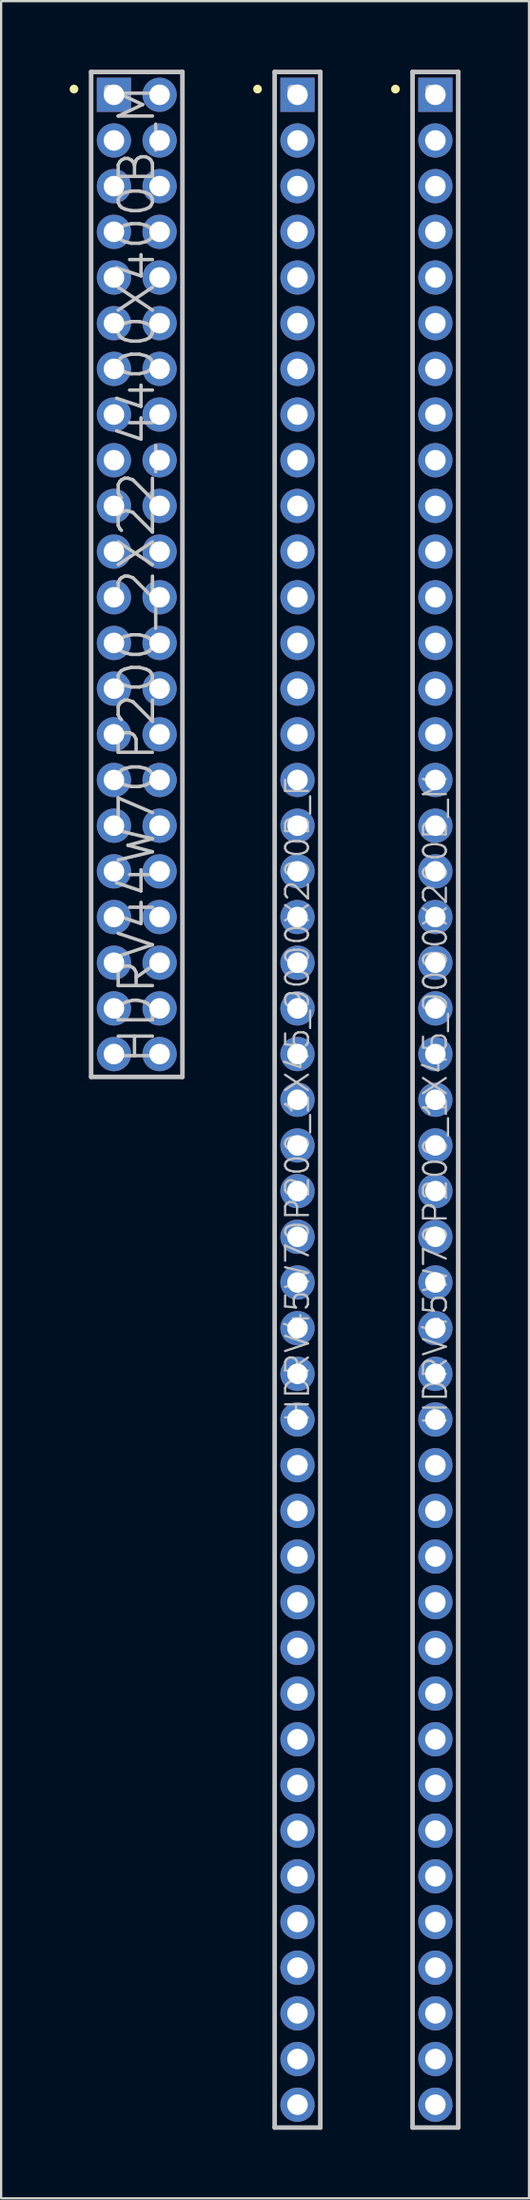
<source format=kicad_pcb>
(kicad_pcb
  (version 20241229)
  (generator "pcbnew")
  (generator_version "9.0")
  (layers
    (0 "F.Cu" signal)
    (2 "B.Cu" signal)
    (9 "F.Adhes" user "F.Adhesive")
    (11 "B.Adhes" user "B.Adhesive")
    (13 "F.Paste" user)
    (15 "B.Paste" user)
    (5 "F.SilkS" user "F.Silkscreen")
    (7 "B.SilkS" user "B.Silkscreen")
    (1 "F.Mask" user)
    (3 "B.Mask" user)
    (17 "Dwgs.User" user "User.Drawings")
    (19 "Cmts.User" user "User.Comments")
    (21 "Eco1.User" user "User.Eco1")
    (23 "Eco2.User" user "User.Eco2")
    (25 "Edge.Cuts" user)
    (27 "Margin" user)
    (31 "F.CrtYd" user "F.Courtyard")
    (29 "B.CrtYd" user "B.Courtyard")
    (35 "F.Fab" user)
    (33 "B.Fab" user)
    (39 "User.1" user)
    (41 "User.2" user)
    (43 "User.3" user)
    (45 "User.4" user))
  (footprint "HDRV45W70P200_1X45_9000X200B_F"
    (layer "F.Cu")
    (at 9.981 45.1)
    (property "Reference" "HDRV45W70P200_1X45_9000X200B_F" (at 0 0 90) (layer "Dwgs.User") (effects (font (size 1 1) (thickness 0.1))))
    (attr through_hole)
    (fp_line (start -1.75 -44.25) (end -1.75 -44.25) (stroke (width 0.381) (type solid)) (layer "F.SilkS"))
    (fp_line (start -1 -45) (end -1 45) (stroke (width 0.2) (type solid)) (layer "Dwgs.User"))
    (fp_line (start -1 -45) (end 1 -45) (stroke (width 0.2) (type solid)) (layer "Dwgs.User"))
    (fp_line (start -1 45) (end 1 45) (stroke (width 0.2) (type solid)) (layer "Dwgs.User"))
    (fp_line (start -0.25 -44.25) (end -0.25 -44.25) (stroke (width 0.381) (type solid)) (layer "Dwgs.User"))
    (fp_line (start 1 -45) (end 1 45) (stroke (width 0.2) (type solid)) (layer "Dwgs.User"))
    (pad "1" thru_hole rect (at 0 -44) (size 1.5 1.5) (drill 0.9) (layers "*.Cu" "*.Mask"))
    (pad "2" thru_hole circle (at 0 -42 270) (size 1.5 1.5) (drill 0.9) (layers "*.Cu" "*.Mask"))
    (pad "3" thru_hole circle (at 0 -40 270) (size 1.5 1.5) (drill 0.9) (layers "*.Cu" "*.Mask"))
    (pad "4" thru_hole circle (at 0 -38 270) (size 1.5 1.5) (drill 0.9) (layers "*.Cu" "*.Mask"))
    (pad "5" thru_hole circle (at 0 -36 270) (size 1.5 1.5) (drill 0.9) (layers "*.Cu" "*.Mask"))
    (pad "6" thru_hole circle (at 0 -34 270) (size 1.5 1.5) (drill 0.9) (layers "*.Cu" "*.Mask"))
    (pad "7" thru_hole circle (at 0 -32 270) (size 1.5 1.5) (drill 0.9) (layers "*.Cu" "*.Mask"))
    (pad "8" thru_hole circle (at 0 -30 270) (size 1.5 1.5) (drill 0.9) (layers "*.Cu" "*.Mask"))
    (pad "9" thru_hole circle (at 0 -28 270) (size 1.5 1.5) (drill 0.9) (layers "*.Cu" "*.Mask"))
    (pad "10" thru_hole circle (at 0 -26 270) (size 1.5 1.5) (drill 0.9) (layers "*.Cu" "*.Mask"))
    (pad "11" thru_hole circle (at 0 -24 270) (size 1.5 1.5) (drill 0.9) (layers "*.Cu" "*.Mask"))
    (pad "12" thru_hole circle (at 0 -22 270) (size 1.5 1.5) (drill 0.9) (layers "*.Cu" "*.Mask"))
    (pad "13" thru_hole circle (at 0 -20 270) (size 1.5 1.5) (drill 0.9) (layers "*.Cu" "*.Mask"))
    (pad "14" thru_hole circle (at 0 -18 270) (size 1.5 1.5) (drill 0.9) (layers "*.Cu" "*.Mask"))
    (pad "15" thru_hole circle (at 0 -16 270) (size 1.5 1.5) (drill 0.9) (layers "*.Cu" "*.Mask"))
    (pad "16" thru_hole circle (at 0 -14 270) (size 1.5 1.5) (drill 0.9) (layers "*.Cu" "*.Mask"))
    (pad "17" thru_hole circle (at 0 -12 270) (size 1.5 1.5) (drill 0.9) (layers "*.Cu" "*.Mask"))
    (pad "18" thru_hole circle (at 0 -10 270) (size 1.5 1.5) (drill 0.9) (layers "*.Cu" "*.Mask"))
    (pad "19" thru_hole circle (at 0 -8 270) (size 1.5 1.5) (drill 0.9) (layers "*.Cu" "*.Mask"))
    (pad "20" thru_hole circle (at 0 -6 270) (size 1.5 1.5) (drill 0.9) (layers "*.Cu" "*.Mask"))
    (pad "21" thru_hole circle (at 0 -4 270) (size 1.5 1.5) (drill 0.9) (layers "*.Cu" "*.Mask"))
    (pad "22" thru_hole circle (at 0 -2 270) (size 1.5 1.5) (drill 0.9) (layers "*.Cu" "*.Mask"))
    (pad "23" thru_hole circle (at 0 0 270) (size 1.5 1.5) (drill 0.9) (layers "*.Cu" "*.Mask"))
    (pad "24" thru_hole circle (at 0 2 270) (size 1.5 1.5) (drill 0.9) (layers "*.Cu" "*.Mask"))
    (pad "25" thru_hole circle (at 0 4 270) (size 1.5 1.5) (drill 0.9) (layers "*.Cu" "*.Mask"))
    (pad "26" thru_hole circle (at 0 6 270) (size 1.5 1.5) (drill 0.9) (layers "*.Cu" "*.Mask"))
    (pad "27" thru_hole circle (at 0 8 270) (size 1.5 1.5) (drill 0.9) (layers "*.Cu" "*.Mask"))
    (pad "28" thru_hole circle (at 0 10 270) (size 1.5 1.5) (drill 0.9) (layers "*.Cu" "*.Mask"))
    (pad "29" thru_hole circle (at 0 12 270) (size 1.5 1.5) (drill 0.9) (layers "*.Cu" "*.Mask"))
    (pad "30" thru_hole circle (at 0 14 270) (size 1.5 1.5) (drill 0.9) (layers "*.Cu" "*.Mask"))
    (pad "31" thru_hole circle (at 0 16 270) (size 1.5 1.5) (drill 0.9) (layers "*.Cu" "*.Mask"))
    (pad "32" thru_hole circle (at 0 18 270) (size 1.5 1.5) (drill 0.9) (layers "*.Cu" "*.Mask"))
    (pad "33" thru_hole circle (at 0 20 270) (size 1.5 1.5) (drill 0.9) (layers "*.Cu" "*.Mask"))
    (pad "34" thru_hole circle (at 0 22 270) (size 1.5 1.5) (drill 0.9) (layers "*.Cu" "*.Mask"))
    (pad "35" thru_hole circle (at 0 24 270) (size 1.5 1.5) (drill 0.9) (layers "*.Cu" "*.Mask"))
    (pad "36" thru_hole circle (at 0 26 270) (size 1.5 1.5) (drill 0.9) (layers "*.Cu" "*.Mask"))
    (pad "37" thru_hole circle (at 0 28 270) (size 1.5 1.5) (drill 0.9) (layers "*.Cu" "*.Mask"))
    (pad "38" thru_hole circle (at 0 30 270) (size 1.5 1.5) (drill 0.9) (layers "*.Cu" "*.Mask"))
    (pad "39" thru_hole circle (at 0 32 270) (size 1.5 1.5) (drill 0.9) (layers "*.Cu" "*.Mask"))
    (pad "40" thru_hole circle (at 0 34 270) (size 1.5 1.5) (drill 0.9) (layers "*.Cu" "*.Mask"))
    (pad "41" thru_hole circle (at 0 36 270) (size 1.5 1.5) (drill 0.9) (layers "*.Cu" "*.Mask"))
    (pad "42" thru_hole circle (at 0 38 270) (size 1.5 1.5) (drill 0.9) (layers "*.Cu" "*.Mask"))
    (pad "43" thru_hole circle (at 0 40 270) (size 1.5 1.5) (drill 0.9) (layers "*.Cu" "*.Mask"))
    (pad "44" thru_hole circle (at 0 42 270) (size 1.5 1.5) (drill 0.9) (layers "*.Cu" "*.Mask"))
    (pad "45" thru_hole circle (at 0 44 270) (size 1.5 1.5) (drill 0.9) (layers "*.Cu" "*.Mask")))
  (footprint "HDRV45W70P200_1X45_9000X200B_M"
    (layer "F.Cu")
    (at 16.021 45.1)
    (property "Reference" "HDRV45W70P200_1X45_9000X200B_M" (at 0 0 90) (layer "Dwgs.User") (effects (font (size 1 1) (thickness 0.1))))
    (attr through_hole)
    (fp_line (start -1.75 -44.25) (end -1.75 -44.25) (stroke (width 0.381) (type solid)) (layer "F.SilkS"))
    (fp_line (start -1 -45) (end -1 45) (stroke (width 0.2) (type solid)) (layer "Dwgs.User"))
    (fp_line (start -1 -45) (end 1 -45) (stroke (width 0.2) (type solid)) (layer "Dwgs.User"))
    (fp_line (start -1 45) (end 1 45) (stroke (width 0.2) (type solid)) (layer "Dwgs.User"))
    (fp_line (start -0.25 -44.25) (end -0.25 -44.25) (stroke (width 0.381) (type solid)) (layer "Dwgs.User"))
    (fp_line (start 1 -45) (end 1 45) (stroke (width 0.2) (type solid)) (layer "Dwgs.User"))
    (pad "1" thru_hole rect (at 0 -44) (size 1.5 1.5) (drill 0.9) (layers "*.Cu" "*.Mask"))
    (pad "2" thru_hole circle (at 0 -42 270) (size 1.5 1.5) (drill 0.9) (layers "*.Cu" "*.Mask"))
    (pad "3" thru_hole circle (at 0 -40 270) (size 1.5 1.5) (drill 0.9) (layers "*.Cu" "*.Mask"))
    (pad "4" thru_hole circle (at 0 -38 270) (size 1.5 1.5) (drill 0.9) (layers "*.Cu" "*.Mask"))
    (pad "5" thru_hole circle (at 0 -36 270) (size 1.5 1.5) (drill 0.9) (layers "*.Cu" "*.Mask"))
    (pad "6" thru_hole circle (at 0 -34 270) (size 1.5 1.5) (drill 0.9) (layers "*.Cu" "*.Mask"))
    (pad "7" thru_hole circle (at 0 -32 270) (size 1.5 1.5) (drill 0.9) (layers "*.Cu" "*.Mask"))
    (pad "8" thru_hole circle (at 0 -30 270) (size 1.5 1.5) (drill 0.9) (layers "*.Cu" "*.Mask"))
    (pad "9" thru_hole circle (at 0 -28 270) (size 1.5 1.5) (drill 0.9) (layers "*.Cu" "*.Mask"))
    (pad "10" thru_hole circle (at 0 -26 270) (size 1.5 1.5) (drill 0.9) (layers "*.Cu" "*.Mask"))
    (pad "11" thru_hole circle (at 0 -24 270) (size 1.5 1.5) (drill 0.9) (layers "*.Cu" "*.Mask"))
    (pad "12" thru_hole circle (at 0 -22 270) (size 1.5 1.5) (drill 0.9) (layers "*.Cu" "*.Mask"))
    (pad "13" thru_hole circle (at 0 -20 270) (size 1.5 1.5) (drill 0.9) (layers "*.Cu" "*.Mask"))
    (pad "14" thru_hole circle (at 0 -18 270) (size 1.5 1.5) (drill 0.9) (layers "*.Cu" "*.Mask"))
    (pad "15" thru_hole circle (at 0 -16 270) (size 1.5 1.5) (drill 0.9) (layers "*.Cu" "*.Mask"))
    (pad "16" thru_hole circle (at 0 -14 270) (size 1.5 1.5) (drill 0.9) (layers "*.Cu" "*.Mask"))
    (pad "17" thru_hole circle (at 0 -12 270) (size 1.5 1.5) (drill 0.9) (layers "*.Cu" "*.Mask"))
    (pad "18" thru_hole circle (at 0 -10 270) (size 1.5 1.5) (drill 0.9) (layers "*.Cu" "*.Mask"))
    (pad "19" thru_hole circle (at 0 -8 270) (size 1.5 1.5) (drill 0.9) (layers "*.Cu" "*.Mask"))
    (pad "20" thru_hole circle (at 0 -6 270) (size 1.5 1.5) (drill 0.9) (layers "*.Cu" "*.Mask"))
    (pad "21" thru_hole circle (at 0 -4 270) (size 1.5 1.5) (drill 0.9) (layers "*.Cu" "*.Mask"))
    (pad "22" thru_hole circle (at 0 -2 270) (size 1.5 1.5) (drill 0.9) (layers "*.Cu" "*.Mask"))
    (pad "23" thru_hole circle (at 0 0 270) (size 1.5 1.5) (drill 0.9) (layers "*.Cu" "*.Mask"))
    (pad "24" thru_hole circle (at 0 2 270) (size 1.5 1.5) (drill 0.9) (layers "*.Cu" "*.Mask"))
    (pad "25" thru_hole circle (at 0 4 270) (size 1.5 1.5) (drill 0.9) (layers "*.Cu" "*.Mask"))
    (pad "26" thru_hole circle (at 0 6 270) (size 1.5 1.5) (drill 0.9) (layers "*.Cu" "*.Mask"))
    (pad "27" thru_hole circle (at 0 8 270) (size 1.5 1.5) (drill 0.9) (layers "*.Cu" "*.Mask"))
    (pad "28" thru_hole circle (at 0 10 270) (size 1.5 1.5) (drill 0.9) (layers "*.Cu" "*.Mask"))
    (pad "29" thru_hole circle (at 0 12 270) (size 1.5 1.5) (drill 0.9) (layers "*.Cu" "*.Mask"))
    (pad "30" thru_hole circle (at 0 14 270) (size 1.5 1.5) (drill 0.9) (layers "*.Cu" "*.Mask"))
    (pad "31" thru_hole circle (at 0 16 270) (size 1.5 1.5) (drill 0.9) (layers "*.Cu" "*.Mask"))
    (pad "32" thru_hole circle (at 0 18 270) (size 1.5 1.5) (drill 0.9) (layers "*.Cu" "*.Mask"))
    (pad "33" thru_hole circle (at 0 20 270) (size 1.5 1.5) (drill 0.9) (layers "*.Cu" "*.Mask"))
    (pad "34" thru_hole circle (at 0 22 270) (size 1.5 1.5) (drill 0.9) (layers "*.Cu" "*.Mask"))
    (pad "35" thru_hole circle (at 0 24 270) (size 1.5 1.5) (drill 0.9) (layers "*.Cu" "*.Mask"))
    (pad "36" thru_hole circle (at 0 26 270) (size 1.5 1.5) (drill 0.9) (layers "*.Cu" "*.Mask"))
    (pad "37" thru_hole circle (at 0 28 270) (size 1.5 1.5) (drill 0.9) (layers "*.Cu" "*.Mask"))
    (pad "38" thru_hole circle (at 0 30 270) (size 1.5 1.5) (drill 0.9) (layers "*.Cu" "*.Mask"))
    (pad "39" thru_hole circle (at 0 32 270) (size 1.5 1.5) (drill 0.9) (layers "*.Cu" "*.Mask"))
    (pad "40" thru_hole circle (at 0 34 270) (size 1.5 1.5) (drill 0.9) (layers "*.Cu" "*.Mask"))
    (pad "41" thru_hole circle (at 0 36 270) (size 1.5 1.5) (drill 0.9) (layers "*.Cu" "*.Mask"))
    (pad "42" thru_hole circle (at 0 38 270) (size 1.5 1.5) (drill 0.9) (layers "*.Cu" "*.Mask"))
    (pad "43" thru_hole circle (at 0 40 270) (size 1.5 1.5) (drill 0.9) (layers "*.Cu" "*.Mask"))
    (pad "44" thru_hole circle (at 0 42 270) (size 1.5 1.5) (drill 0.9) (layers "*.Cu" "*.Mask"))
    (pad "45" thru_hole circle (at 0 44 270) (size 1.5 1.5) (drill 0.9) (layers "*.Cu" "*.Mask")))
  (footprint "HDRV44W70P200_2X22_4400X400B_M"
    (layer "F.Cu")
    (at 2.941 22.1)
    (property "Reference" "HDRV44W70P200_2X22_4400X400B_M" (at 0 0 90) (layer "Dwgs.User") (effects (font (size 1.5 1.5) (thickness 0.15))))
    (attr through_hole)
    (fp_line (start -2.75 -21.25) (end -2.75 -21.25) (stroke (width 0.381) (type solid)) (layer "F.SilkS"))
    (fp_line (start -2 -22) (end -2 22) (stroke (width 0.2) (type solid)) (layer "Dwgs.User"))
    (fp_line (start -2 -22) (end 2 -22) (stroke (width 0.2) (type solid)) (layer "Dwgs.User"))
    (fp_line (start -2 22) (end 2 22) (stroke (width 0.2) (type solid)) (layer "Dwgs.User"))
    (fp_line (start -1.25 -21.25) (end -1.25 -21.25) (stroke (width 0.381) (type solid)) (layer "Dwgs.User"))
    (fp_line (start 2 -22) (end 2 22) (stroke (width 0.2) (type solid)) (layer "Dwgs.User"))
    (pad "1" thru_hole rect (at -1 -21) (size 1.5 1.5) (drill 0.9) (layers "*.Cu" "*.Mask"))
    (pad "2" thru_hole circle (at 1 -21 270) (size 1.5 1.5) (drill 0.9) (layers "*.Cu" "*.Mask"))
    (pad "3" thru_hole circle (at -1 -19 270) (size 1.5 1.5) (drill 0.9) (layers "*.Cu" "*.Mask"))
    (pad "4" thru_hole circle (at 1 -19 270) (size 1.5 1.5) (drill 0.9) (layers "*.Cu" "*.Mask"))
    (pad "5" thru_hole circle (at -1 -17 270) (size 1.5 1.5) (drill 0.9) (layers "*.Cu" "*.Mask"))
    (pad "6" thru_hole circle (at 1 -17 270) (size 1.5 1.5) (drill 0.9) (layers "*.Cu" "*.Mask"))
    (pad "7" thru_hole circle (at -1 -15 270) (size 1.5 1.5) (drill 0.9) (layers "*.Cu" "*.Mask"))
    (pad "8" thru_hole circle (at 1 -15 270) (size 1.5 1.5) (drill 0.9) (layers "*.Cu" "*.Mask"))
    (pad "9" thru_hole circle (at -1 -13 270) (size 1.5 1.5) (drill 0.9) (layers "*.Cu" "*.Mask"))
    (pad "10" thru_hole circle (at 1 -13 270) (size 1.5 1.5) (drill 0.9) (layers "*.Cu" "*.Mask"))
    (pad "11" thru_hole circle (at -1 -11 270) (size 1.5 1.5) (drill 0.9) (layers "*.Cu" "*.Mask"))
    (pad "12" thru_hole circle (at 1 -11 270) (size 1.5 1.5) (drill 0.9) (layers "*.Cu" "*.Mask"))
    (pad "13" thru_hole circle (at -1 -9 270) (size 1.5 1.5) (drill 0.9) (layers "*.Cu" "*.Mask"))
    (pad "14" thru_hole circle (at 1 -9 270) (size 1.5 1.5) (drill 0.9) (layers "*.Cu" "*.Mask"))
    (pad "15" thru_hole circle (at -1 -7 270) (size 1.5 1.5) (drill 0.9) (layers "*.Cu" "*.Mask"))
    (pad "16" thru_hole circle (at 1 -7 270) (size 1.5 1.5) (drill 0.9) (layers "*.Cu" "*.Mask"))
    (pad "17" thru_hole circle (at -1 -5 270) (size 1.5 1.5) (drill 0.9) (layers "*.Cu" "*.Mask"))
    (pad "18" thru_hole circle (at 1 -5 270) (size 1.5 1.5) (drill 0.9) (layers "*.Cu" "*.Mask"))
    (pad "19" thru_hole circle (at -1 -3 270) (size 1.5 1.5) (drill 0.9) (layers "*.Cu" "*.Mask"))
    (pad "20" thru_hole circle (at 1 -3 270) (size 1.5 1.5) (drill 0.9) (layers "*.Cu" "*.Mask"))
    (pad "21" thru_hole circle (at -1 -1 270) (size 1.5 1.5) (drill 0.9) (layers "*.Cu" "*.Mask"))
    (pad "22" thru_hole circle (at 1 -1 270) (size 1.5 1.5) (drill 0.9) (layers "*.Cu" "*.Mask"))
    (pad "23" thru_hole circle (at -1 1 270) (size 1.5 1.5) (drill 0.9) (layers "*.Cu" "*.Mask"))
    (pad "24" thru_hole circle (at 1 1 270) (size 1.5 1.5) (drill 0.9) (layers "*.Cu" "*.Mask"))
    (pad "25" thru_hole circle (at -1 3 270) (size 1.5 1.5) (drill 0.9) (layers "*.Cu" "*.Mask"))
    (pad "26" thru_hole circle (at 1 3 270) (size 1.5 1.5) (drill 0.9) (layers "*.Cu" "*.Mask"))
    (pad "27" thru_hole circle (at -1 5 270) (size 1.5 1.5) (drill 0.9) (layers "*.Cu" "*.Mask"))
    (pad "28" thru_hole circle (at 1 5 270) (size 1.5 1.5) (drill 0.9) (layers "*.Cu" "*.Mask"))
    (pad "29" thru_hole circle (at -1 7 270) (size 1.5 1.5) (drill 0.9) (layers "*.Cu" "*.Mask"))
    (pad "30" thru_hole circle (at 1 7 270) (size 1.5 1.5) (drill 0.9) (layers "*.Cu" "*.Mask"))
    (pad "31" thru_hole circle (at -1 9 270) (size 1.5 1.5) (drill 0.9) (layers "*.Cu" "*.Mask"))
    (pad "32" thru_hole circle (at 1 9 270) (size 1.5 1.5) (drill 0.9) (layers "*.Cu" "*.Mask"))
    (pad "33" thru_hole circle (at -1 11 270) (size 1.5 1.5) (drill 0.9) (layers "*.Cu" "*.Mask"))
    (pad "34" thru_hole circle (at 1 11 270) (size 1.5 1.5) (drill 0.9) (layers "*.Cu" "*.Mask"))
    (pad "35" thru_hole circle (at -1 13 270) (size 1.5 1.5) (drill 0.9) (layers "*.Cu" "*.Mask"))
    (pad "36" thru_hole circle (at 1 13 270) (size 1.5 1.5) (drill 0.9) (layers "*.Cu" "*.Mask"))
    (pad "37" thru_hole circle (at -1 15 270) (size 1.5 1.5) (drill 0.9) (layers "*.Cu" "*.Mask"))
    (pad "38" thru_hole circle (at 1 15 270) (size 1.5 1.5) (drill 0.9) (layers "*.Cu" "*.Mask"))
    (pad "39" thru_hole circle (at -1 17 270) (size 1.5 1.5) (drill 0.9) (layers "*.Cu" "*.Mask"))
    (pad "40" thru_hole circle (at 1 17 270) (size 1.5 1.5) (drill 0.9) (layers "*.Cu" "*.Mask"))
    (pad "41" thru_hole circle (at -1 19 270) (size 1.5 1.5) (drill 0.9) (layers "*.Cu" "*.Mask"))
    (pad "42" thru_hole circle (at 1 19 270) (size 1.5 1.5) (drill 0.9) (layers "*.Cu" "*.Mask"))
    (pad "43" thru_hole circle (at -1 21 270) (size 1.5 1.5) (drill 0.9) (layers "*.Cu" "*.Mask"))
    (pad "44" thru_hole circle (at 1 21 270) (size 1.5 1.5) (drill 0.9) (layers "*.Cu" "*.Mask")))
  (gr_rect
    (start -3 -3)
    (end 20.122 93.2)
    (stroke (width 0.1) (type default))
    (fill no)
    (layer "Edge.Cuts")))
</source>
